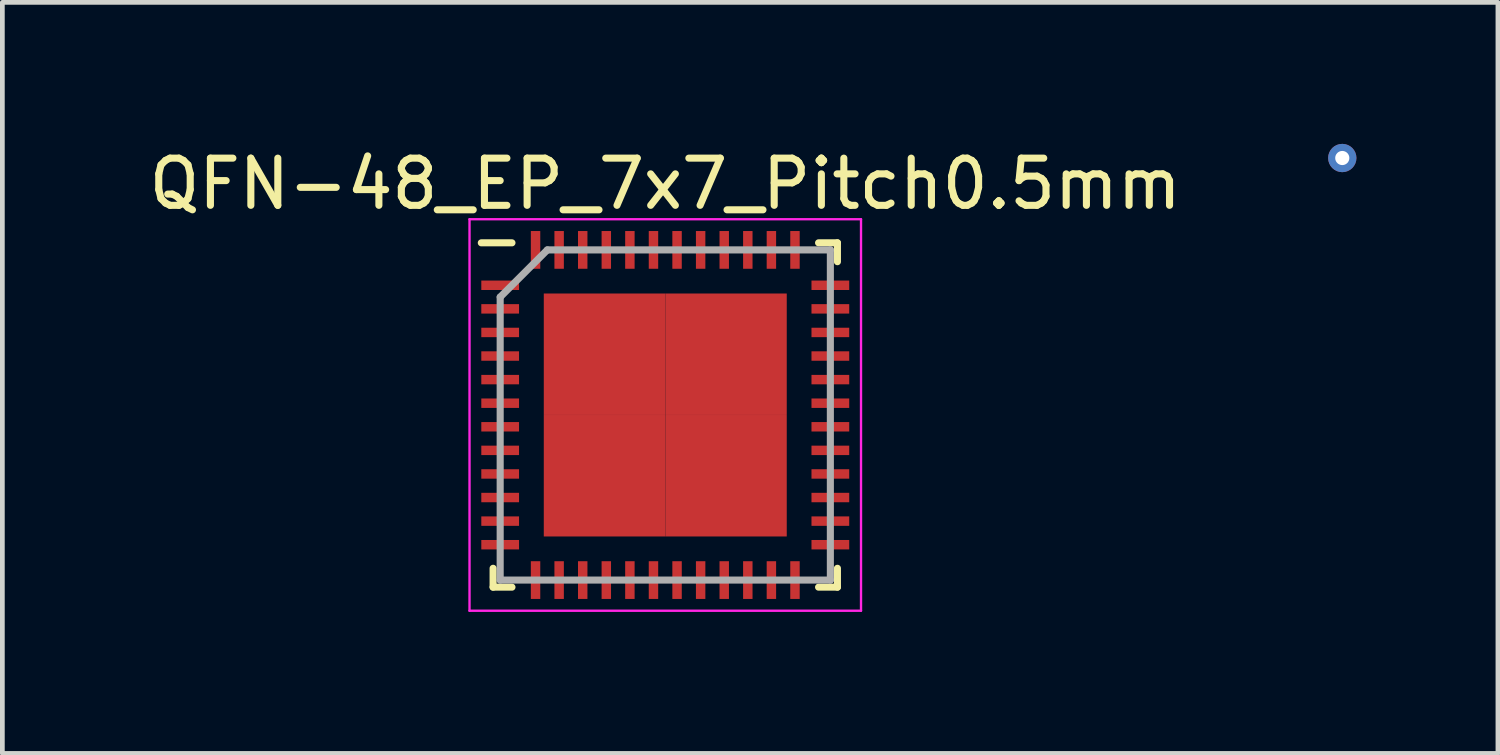
<source format=kicad_pcb>
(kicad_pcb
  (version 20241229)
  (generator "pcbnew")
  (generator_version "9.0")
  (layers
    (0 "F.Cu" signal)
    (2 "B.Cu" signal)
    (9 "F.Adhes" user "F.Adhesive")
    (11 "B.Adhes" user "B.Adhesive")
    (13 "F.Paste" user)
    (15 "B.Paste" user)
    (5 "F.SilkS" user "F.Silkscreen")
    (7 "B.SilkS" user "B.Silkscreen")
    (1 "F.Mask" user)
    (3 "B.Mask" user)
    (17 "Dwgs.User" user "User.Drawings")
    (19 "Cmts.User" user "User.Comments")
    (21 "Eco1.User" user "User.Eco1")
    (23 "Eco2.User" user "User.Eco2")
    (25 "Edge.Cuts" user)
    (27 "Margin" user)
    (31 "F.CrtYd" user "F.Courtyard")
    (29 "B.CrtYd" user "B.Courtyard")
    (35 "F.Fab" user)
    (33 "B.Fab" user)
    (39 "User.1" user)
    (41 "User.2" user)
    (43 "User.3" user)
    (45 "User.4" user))
  (footprint "QFN-48_EP_7x7_Pitch0.5mm"
    (layer "F.Cu")
    (at 11.054 5.748)
    (property "Reference" "QFN-48_EP_7x7_Pitch0.5mm" (at 0 -4.9 0) (layer "F.SilkS") (effects (font (size 1 1) (thickness 0.15))))
    (attr smd)
    (fp_line (start -3.65 3.65) (end -3.65 3.25) (stroke (width 0.15) (type solid)) (layer "F.SilkS"))
    (fp_line (start -3.25 -3.65) (end -3.9 -3.65) (stroke (width 0.15) (type solid)) (layer "F.SilkS"))
    (fp_line (start -3.25 3.65) (end -3.65 3.65) (stroke (width 0.15) (type solid)) (layer "F.SilkS"))
    (fp_line (start 3.25 -3.65) (end 3.65 -3.65) (stroke (width 0.15) (type solid)) (layer "F.SilkS"))
    (fp_line (start 3.25 3.65) (end 3.65 3.65) (stroke (width 0.15) (type solid)) (layer "F.SilkS"))
    (fp_line (start 3.65 -3.65) (end 3.65 -3.25) (stroke (width 0.15) (type solid)) (layer "F.SilkS"))
    (fp_line (start 3.65 3.65) (end 3.65 3.25) (stroke (width 0.15) (type solid)) (layer "F.SilkS"))
    (fp_line (start -4.15 -4.15) (end 4.15 -4.15) (stroke (width 0.05) (type solid)) (layer "F.CrtYd"))
    (fp_line (start -4.15 4.15) (end -4.15 -4.15) (stroke (width 0.05) (type solid)) (layer "F.CrtYd"))
    (fp_line (start 4.15 -4.15) (end 4.15 4.15) (stroke (width 0.05) (type solid)) (layer "F.CrtYd"))
    (fp_line (start 4.15 4.15) (end -4.15 4.15) (stroke (width 0.05) (type solid)) (layer "F.CrtYd"))
    (fp_line (start -3.5 -2.5) (end -3.5 3.5) (stroke (width 0.15) (type solid)) (layer "F.Fab"))
    (fp_line (start -3.5 3.5) (end 3.5 3.5) (stroke (width 0.15) (type solid)) (layer "F.Fab"))
    (fp_line (start -2.5 -3.5) (end -3.5 -2.5) (stroke (width 0.15) (type solid)) (layer "F.Fab"))
    (fp_line (start 3.5 -3.5) (end -2.5 -3.5) (stroke (width 0.15) (type solid)) (layer "F.Fab"))
    (fp_line (start 3.5 3.5) (end 3.5 -3.5) (stroke (width 0.15) (type solid)) (layer "F.Fab"))
    (pad "1" smd rect (at -3.5 -2.75 90) (size 0.2 0.8) (layers "F.Cu" "F.Mask" "F.Paste"))
    (pad "2" smd rect (at -3.5 -2.25 90) (size 0.2 0.8) (layers "F.Cu" "F.Mask" "F.Paste"))
    (pad "3" smd rect (at -3.5 -1.75 90) (size 0.2 0.8) (layers "F.Cu" "F.Mask" "F.Paste"))
    (pad "4" smd rect (at -3.5 -1.25 90) (size 0.2 0.8) (layers "F.Cu" "F.Mask" "F.Paste"))
    (pad "5" smd rect (at -3.5 -0.75 90) (size 0.2 0.8) (layers "F.Cu" "F.Mask" "F.Paste"))
    (pad "6" smd rect (at -3.5 -0.25 90) (size 0.2 0.8) (layers "F.Cu" "F.Mask" "F.Paste"))
    (pad "7" smd rect (at -3.5 0.25 90) (size 0.2 0.8) (layers "F.Cu" "F.Mask" "F.Paste"))
    (pad "8" smd rect (at -3.5 0.75 90) (size 0.2 0.8) (layers "F.Cu" "F.Mask" "F.Paste"))
    (pad "9" smd rect (at -3.5 1.25 90) (size 0.2 0.8) (layers "F.Cu" "F.Mask" "F.Paste"))
    (pad "10" smd rect (at -3.5 1.75 90) (size 0.2 0.8) (layers "F.Cu" "F.Mask" "F.Paste"))
    (pad "11" smd rect (at -3.5 2.25 90) (size 0.2 0.8) (layers "F.Cu" "F.Mask" "F.Paste"))
    (pad "12" smd rect (at -3.5 2.75 90) (size 0.2 0.8) (layers "F.Cu" "F.Mask" "F.Paste"))
    (pad "13" smd rect (at -2.75 3.5) (size 0.2 0.8) (layers "F.Cu" "F.Mask" "F.Paste"))
    (pad "14" smd rect (at -2.25 3.5) (size 0.2 0.8) (layers "F.Cu" "F.Mask" "F.Paste"))
    (pad "15" smd rect (at -1.75 3.5) (size 0.2 0.8) (layers "F.Cu" "F.Mask" "F.Paste"))
    (pad "16" smd rect (at -1.25 3.5) (size 0.2 0.8) (layers "F.Cu" "F.Mask" "F.Paste"))
    (pad "17" smd rect (at -0.75 3.5) (size 0.2 0.8) (layers "F.Cu" "F.Mask" "F.Paste"))
    (pad "18" smd rect (at -0.25 3.5) (size 0.2 0.8) (layers "F.Cu" "F.Mask" "F.Paste"))
    (pad "19" smd rect (at 0.25 3.5) (size 0.2 0.8) (layers "F.Cu" "F.Mask" "F.Paste"))
    (pad "20" smd rect (at 0.75 3.5) (size 0.2 0.8) (layers "F.Cu" "F.Mask" "F.Paste"))
    (pad "21" smd rect (at 1.25 3.5) (size 0.2 0.8) (layers "F.Cu" "F.Mask" "F.Paste"))
    (pad "22" smd rect (at 1.75 3.5) (size 0.2 0.8) (layers "F.Cu" "F.Mask" "F.Paste"))
    (pad "23" smd rect (at 2.25 3.5) (size 0.2 0.8) (layers "F.Cu" "F.Mask" "F.Paste"))
    (pad "24" smd rect (at 2.75 3.5) (size 0.2 0.8) (layers "F.Cu" "F.Mask" "F.Paste"))
    (pad "25" smd rect (at 3.5 2.75 90) (size 0.2 0.8) (layers "F.Cu" "F.Mask" "F.Paste"))
    (pad "26" smd rect (at 3.5 2.25 90) (size 0.2 0.8) (layers "F.Cu" "F.Mask" "F.Paste"))
    (pad "27" smd rect (at 3.5 1.75 90) (size 0.2 0.8) (layers "F.Cu" "F.Mask" "F.Paste"))
    (pad "28" smd rect (at 3.5 1.25 90) (size 0.2 0.8) (layers "F.Cu" "F.Mask" "F.Paste"))
    (pad "29" smd rect (at 3.5 0.75 90) (size 0.2 0.8) (layers "F.Cu" "F.Mask" "F.Paste"))
    (pad "30" smd rect (at 3.5 0.25 90) (size 0.2 0.8) (layers "F.Cu" "F.Mask" "F.Paste"))
    (pad "31" smd rect (at 3.5 -0.25 90) (size 0.2 0.8) (layers "F.Cu" "F.Mask" "F.Paste"))
    (pad "32" smd rect (at 3.5 -0.75 90) (size 0.2 0.8) (layers "F.Cu" "F.Mask" "F.Paste"))
    (pad "33" smd rect (at 3.5 -1.25 90) (size 0.2 0.8) (layers "F.Cu" "F.Mask" "F.Paste"))
    (pad "34" smd rect (at 3.5 -1.75 90) (size 0.2 0.8) (layers "F.Cu" "F.Mask" "F.Paste"))
    (pad "35" smd rect (at 3.5 -2.25 90) (size 0.2 0.8) (layers "F.Cu" "F.Mask" "F.Paste"))
    (pad "36" smd rect (at 3.5 -2.75 90) (size 0.2 0.8) (layers "F.Cu" "F.Mask" "F.Paste"))
    (pad "37" smd rect (at 2.75 -3.5) (size 0.2 0.8) (layers "F.Cu" "F.Mask" "F.Paste"))
    (pad "38" smd rect (at 2.25 -3.5) (size 0.2 0.8) (layers "F.Cu" "F.Mask" "F.Paste"))
    (pad "39" smd rect (at 1.75 -3.5) (size 0.2 0.8) (layers "F.Cu" "F.Mask" "F.Paste"))
    (pad "40" smd rect (at 1.25 -3.5) (size 0.2 0.8) (layers "F.Cu" "F.Mask" "F.Paste"))
    (pad "41" smd rect (at 0.75 -3.5) (size 0.2 0.8) (layers "F.Cu" "F.Mask" "F.Paste"))
    (pad "42" smd rect (at 0.25 -3.5) (size 0.2 0.8) (layers "F.Cu" "F.Mask" "F.Paste"))
    (pad "43" smd rect (at -0.25 -3.5) (size 0.2 0.8) (layers "F.Cu" "F.Mask" "F.Paste"))
    (pad "44" smd rect (at -0.75 -3.5) (size 0.2 0.8) (layers "F.Cu" "F.Mask" "F.Paste"))
    (pad "45" smd rect (at -1.25 -3.5) (size 0.2 0.8) (layers "F.Cu" "F.Mask" "F.Paste"))
    (pad "46" smd rect (at -1.75 -3.5) (size 0.2 0.8) (layers "F.Cu" "F.Mask" "F.Paste"))
    (pad "47" smd rect (at -2.25 -3.5) (size 0.2 0.8) (layers "F.Cu" "F.Mask" "F.Paste"))
    (pad "48" smd rect (at -2.75 -3.5) (size 0.2 0.8) (layers "F.Cu" "F.Mask" "F.Paste"))
    (pad "49" smd rect (at -1.288 -1.288) (size 2.575 2.575) (layers "F.Cu" "F.Mask" "F.Paste"))
    (pad "49" smd rect (at -1.288 1.288) (size 2.575 2.575) (layers "F.Cu" "F.Mask" "F.Paste"))
    (pad "49" smd rect (at 1.288 -1.288) (size 2.575 2.575) (layers "F.Cu" "F.Mask" "F.Paste"))
    (pad "49" smd rect (at 1.288 1.288) (size 2.575 2.575) (layers "F.Cu" "F.Mask" "F.Paste")))
  (footprint "via_0.3_0.6"
    (layer "F.Cu")
    (at 25.407 0.3)
    (property "Reference" "via_0.3_0.6" (at 0 0 0) (layer "F.SilkS") (effects (font (size 0.025 0.025) (thickness 0.006))))
    (attr through_hole)
    (pad "1" thru_hole circle (at 0 0) (size 0.6 0.6) (drill 0.3) (layers "*.Cu")))
  (gr_rect
    (start -3 -3)
    (end 28.707 12.923)
    (stroke (width 0.1) (type default))
    (fill no)
    (layer "Edge.Cuts")))
</source>
